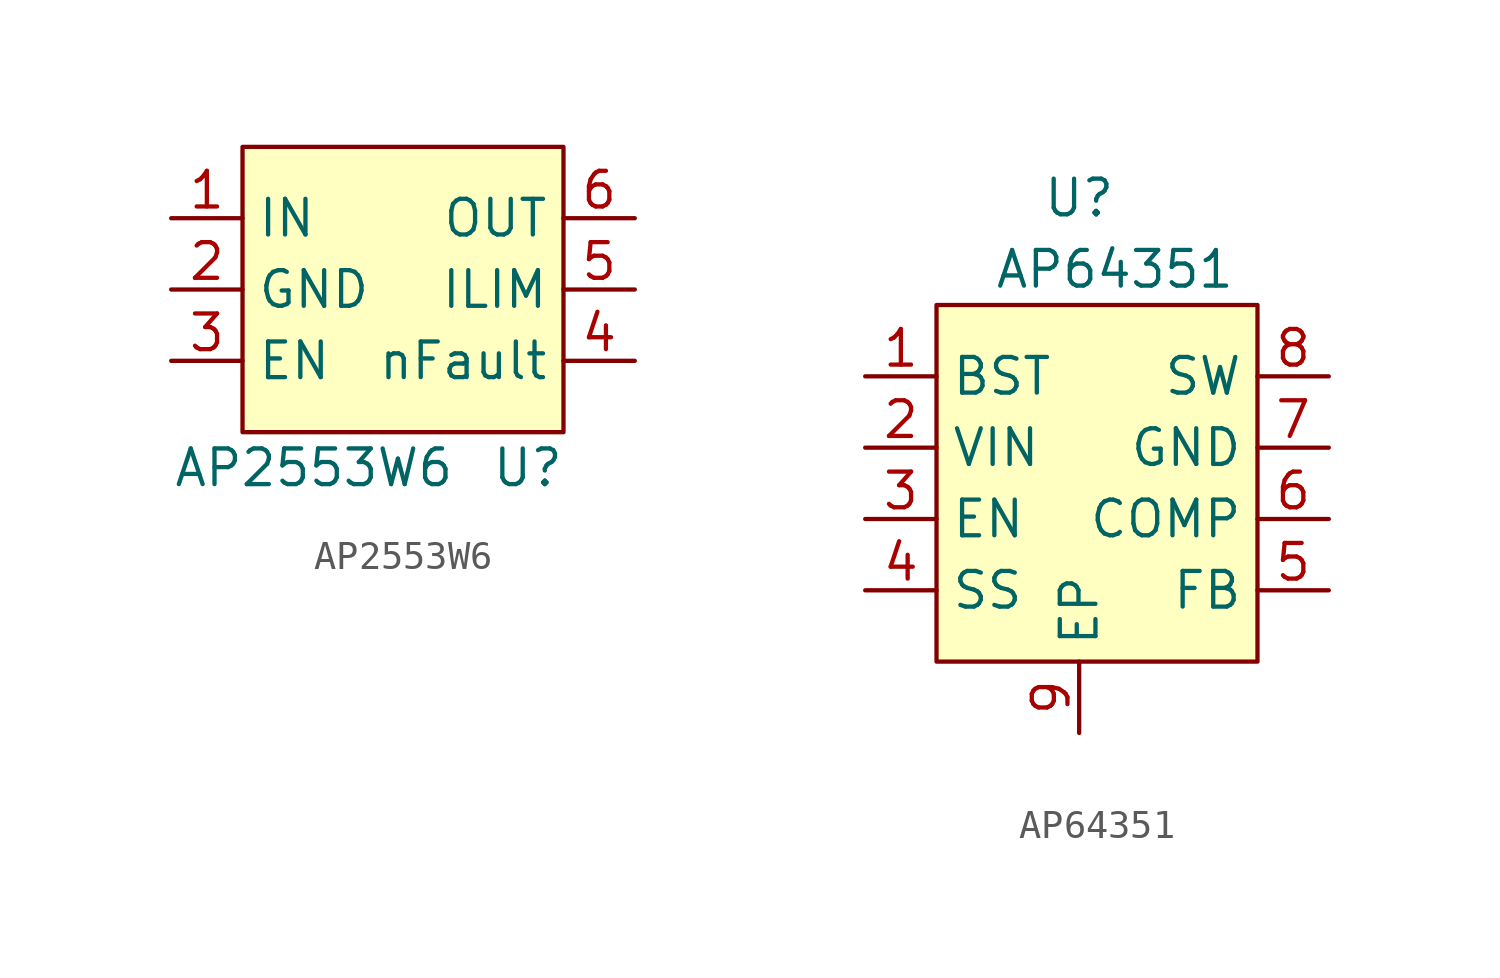
<source format=kicad_sym>
(kicad_symbol_lib
  (version 20220914)
  (generator kicad_symbol_editor)
  (symbol "AP2553W6"
    (property "Reference" "U"
      (at 3.81 -6.35 0)
      (effects (font (size 1.27 1.27))))
    (property "Value" "AP2553W6"
      (at -3.81 -6.35 0)
      (effects (font (size 1.27 1.27))))
    (symbol "AP2553W6_0_0"
      (pin power_in line (at -8.89 2.54 0) (length 2.54) (name "IN" (effects (font (size 1.27 1.27)))) (number "1" (effects (font (size 1.27 1.27)))))
      (pin power_out line (at -8.89 0 0) (length 2.54) (name "GND" (effects (font (size 1.27 1.27)))) (number "2" (effects (font (size 1.27 1.27)))))
      (pin input line (at -8.89 -2.54 0) (length 2.54) (name "EN" (effects (font (size 1.27 1.27)))) (number "3" (effects (font (size 1.27 1.27)))))
      (pin open_collector line (at 7.62 -2.54 180) (length 2.54) (name "nFault" (effects (font (size 1.27 1.27)))) (number "4" (effects (font (size 1.27 1.27)))))
      (pin passive line (at 7.62 0 180) (length 2.54) (name "ILIM" (effects (font (size 1.27 1.27)))) (number "5" (effects (font (size 1.27 1.27)))))
      (pin power_out line (at 7.62 2.54 180) (length 2.54) (name "OUT" (effects (font (size 1.27 1.27)))) (number "6" (effects (font (size 1.27 1.27))))))
    (symbol "AP2553W6_0_1"
      (rectangle (start -6.35 5.08) (end 5.08 -5.08) (stroke (width 0) (type default)) (fill (type background)))))
  (symbol "AP64351"
    (property "Reference" "U"
      (at 0 8.89 0)
      (effects (font (size 1.27 1.27))))
    (property "Value" "AP64351"
      (at 1.27 6.35 0)
      (effects (font (size 1.27 1.27))))
    (symbol "AP64351_0_1"
      (rectangle (start -5.08 5.08) (end 6.35 -7.62) (stroke (width 0) (type default)) (fill (type background))))
    (symbol "AP64351_1_1"
      (pin passive line (at -7.62 2.54 0) (length 2.54) (name "BST" (effects (font (size 1.27 1.27)))) (number "1" (effects (font (size 1.27 1.27)))))
      (pin power_in line (at -7.62 0 0) (length 2.54) (name "VIN" (effects (font (size 1.27 1.27)))) (number "2" (effects (font (size 1.27 1.27)))))
      (pin input line (at -7.62 -2.54 0) (length 2.54) (name "EN" (effects (font (size 1.27 1.27)))) (number "3" (effects (font (size 1.27 1.27)))))
      (pin input line (at -7.62 -5.08 0) (length 2.54) (name "SS" (effects (font (size 1.27 1.27)))) (number "4" (effects (font (size 1.27 1.27)))))
      (pin input line (at 8.89 -5.08 180) (length 2.54) (name "FB" (effects (font (size 1.27 1.27)))) (number "5" (effects (font (size 1.27 1.27)))))
      (pin input line (at 8.89 -2.54 180) (length 2.54) (name "COMP" (effects (font (size 1.27 1.27)))) (number "6" (effects (font (size 1.27 1.27)))))
      (pin power_in line (at 8.89 0 180) (length 2.54) (name "GND" (effects (font (size 1.27 1.27)))) (number "7" (effects (font (size 1.27 1.27)))))
      (pin output line (at 8.89 2.54 180) (length 2.54) (name "SW" (effects (font (size 1.27 1.27)))) (number "8" (effects (font (size 1.27 1.27)))))
      (pin passive line (at 0 -10.16 90) (length 2.54) (name "EP" (effects (font (size 1.27 1.27)))) (number "9" (effects (font (size 1.27 1.27))))))))
</source>
